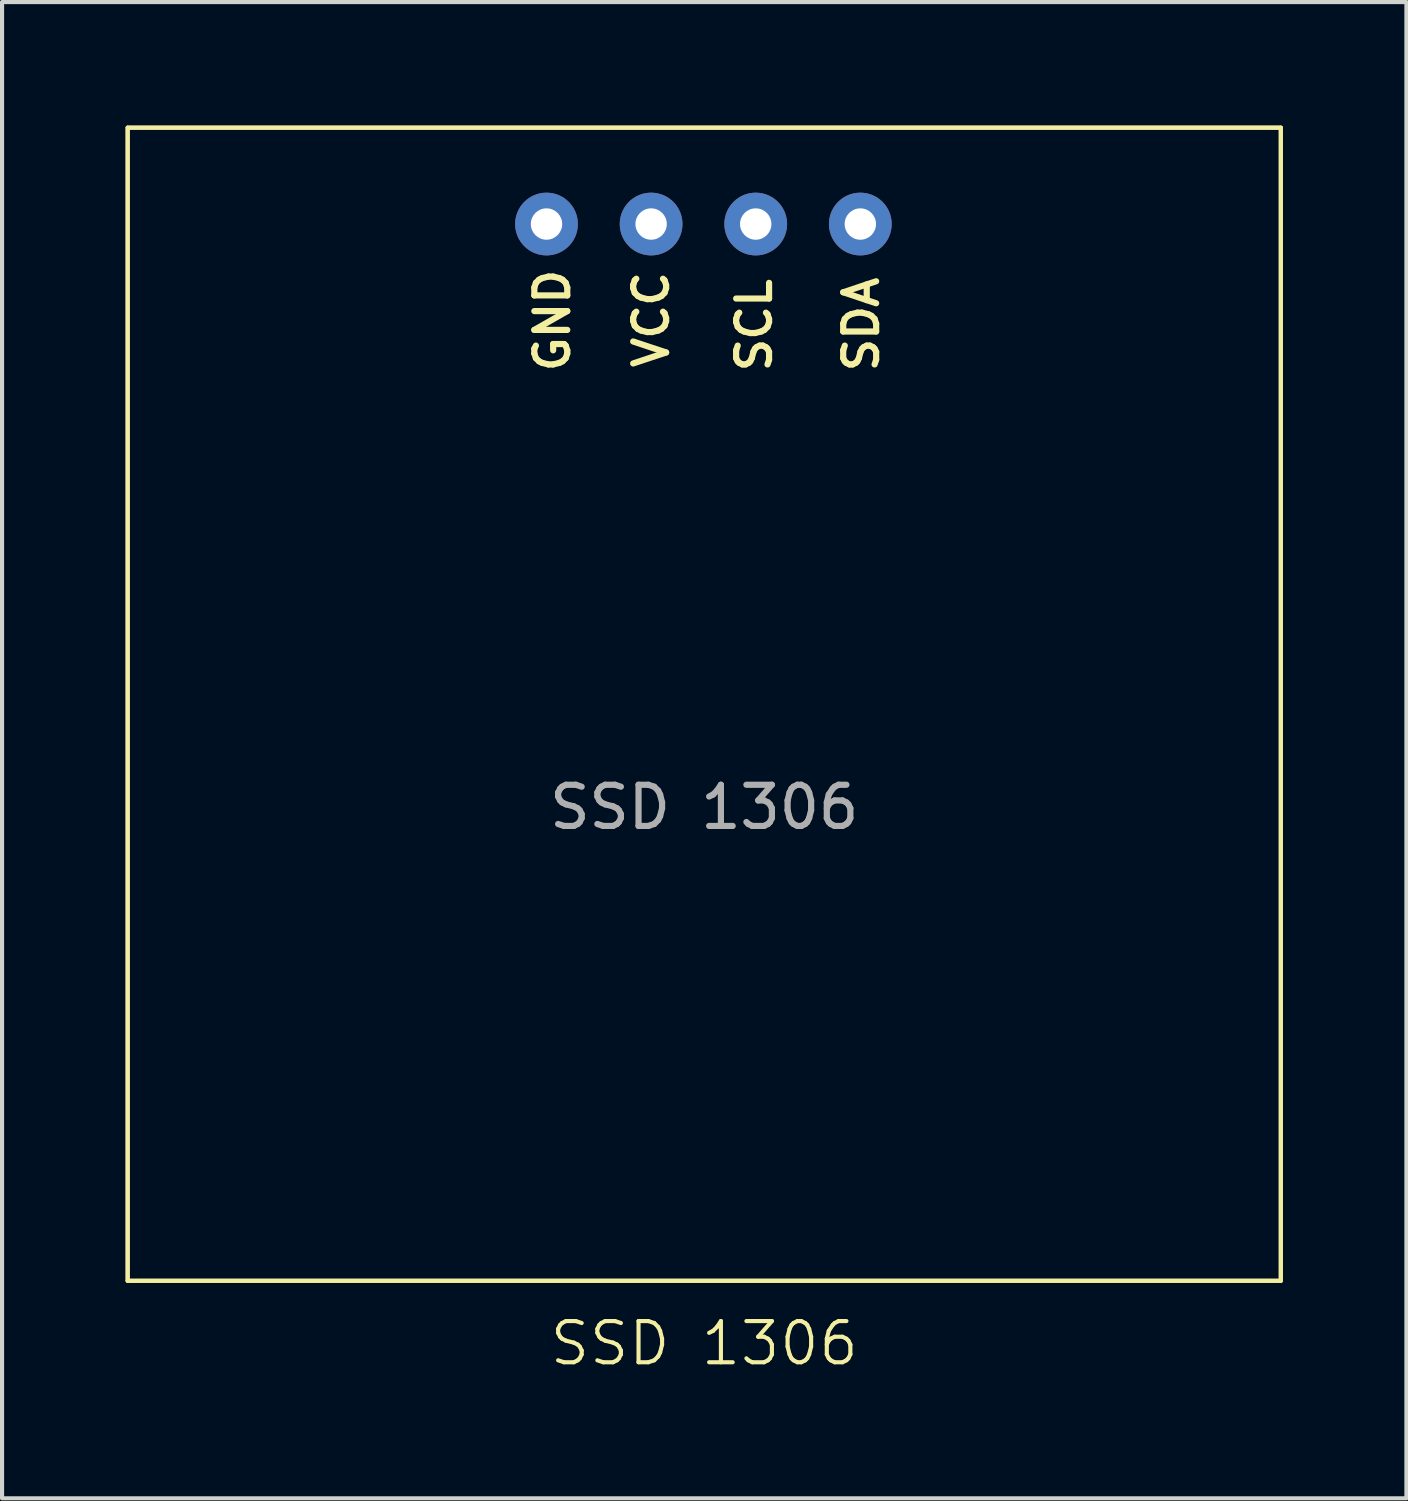
<source format=kicad_pcb>
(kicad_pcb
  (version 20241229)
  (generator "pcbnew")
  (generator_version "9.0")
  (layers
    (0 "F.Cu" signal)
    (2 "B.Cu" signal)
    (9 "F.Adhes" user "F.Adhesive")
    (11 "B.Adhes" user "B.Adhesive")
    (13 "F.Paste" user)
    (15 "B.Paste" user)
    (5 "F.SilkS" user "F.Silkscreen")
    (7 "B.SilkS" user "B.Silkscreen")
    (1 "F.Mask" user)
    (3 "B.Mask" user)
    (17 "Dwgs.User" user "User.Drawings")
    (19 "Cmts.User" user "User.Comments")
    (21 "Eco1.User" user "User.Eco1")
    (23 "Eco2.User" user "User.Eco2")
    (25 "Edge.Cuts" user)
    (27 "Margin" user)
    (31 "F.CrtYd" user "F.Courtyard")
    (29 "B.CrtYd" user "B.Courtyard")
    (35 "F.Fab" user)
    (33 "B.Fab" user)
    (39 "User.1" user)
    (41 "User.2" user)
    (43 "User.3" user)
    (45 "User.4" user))
  (footprint "SSD 1306"
    (layer "F.Cu")
    (at 14.03 12.55)
    (property "Reference" "SSD 1306" (at 0.02 17.02 0) (unlocked yes) (layer "F.SilkS") (effects (font (size 1 1) (thickness 0.1))))
    (attr through_hole)
    (fp_line (start -13.98 -12.5) (end 14.02 -12.5) (stroke (width 0.1) (type default)) (layer "F.SilkS"))
    (fp_line (start -13.98 15.5) (end -13.98 -12.5) (stroke (width 0.1) (type default)) (layer "F.SilkS"))
    (fp_line (start 14.02 -12.5) (end 14.02 15.5) (stroke (width 0.1) (type default)) (layer "F.SilkS"))
    (fp_line (start 14.02 15.5) (end -13.98 15.5) (stroke (width 0.1) (type default)) (layer "F.SilkS"))
    (fp_rect (start -13.98 -12.5) (end 14.02 15.5) (stroke (width 0.1) (type default)) (fill no) (layer "F.SilkS"))
    (fp_text user "SCL" (at 1.7 -6.5 90) (unlocked yes) (layer "F.SilkS") (effects (font (size 0.8 0.8) (thickness 0.15) (bold yes)) (justify left bottom)))
    (fp_text user "VCC" (at -0.8 -6.6 90) (unlocked yes) (layer "F.SilkS") (effects (font (size 0.8 0.8) (thickness 0.15) (bold yes)) (justify left bottom)))
    (fp_text user "SDA" (at 4.3 -6.5 90) (unlocked yes) (layer "F.SilkS") (effects (font (size 0.8 0.8) (thickness 0.15) (bold yes)) (justify left bottom)))
    (fp_text user "GND" (at -3.2 -6.5 90) (unlocked yes) (layer "F.SilkS") (effects (font (size 0.8 0.8) (thickness 0.15) (bold yes)) (justify left bottom)))
    (fp_text user "${REFERENCE}" (at 0.02 4 0) (unlocked yes) (layer "F.Fab") (effects (font (size 1 1) (thickness 0.15))))
    (pad "1" thru_hole circle (at -3.81 -10.16) (size 1.524 1.524) (drill 0.762) (layers "*.Cu" "*.Mask"))
    (pad "2" thru_hole circle (at -1.27 -10.16) (size 1.524 1.524) (drill 0.762) (layers "*.Cu" "*.Mask"))
    (pad "3" thru_hole circle (at 1.27 -10.16) (size 1.524 1.524) (drill 0.762) (layers "*.Cu" "*.Mask"))
    (pad "4" thru_hole circle (at 3.81 -10.16) (size 1.524 1.524) (drill 0.762) (layers "*.Cu" "*.Mask"))
    (zone (net_name "") (layer "F.SilkS") (hatch edge 0.5) (connect_pads) (min_thickness 0.25) (filled_areas_thickness no) (keepout (tracks allowed) (vias allowed) (pads not_allowed) (copperpour allowed) (footprints not_allowed)) (placement (enabled no)) (fill) (polygon (pts (xy 0.05 0.05) (xy 28.05 0.05) (xy 28.05 28.05) (xy 0.05 28.05)))))
  (gr_rect
    (start -3 -3)
    (end 31.1 33.331)
    (stroke (width 0.1) (type default))
    (fill no)
    (layer "Edge.Cuts")))
</source>
